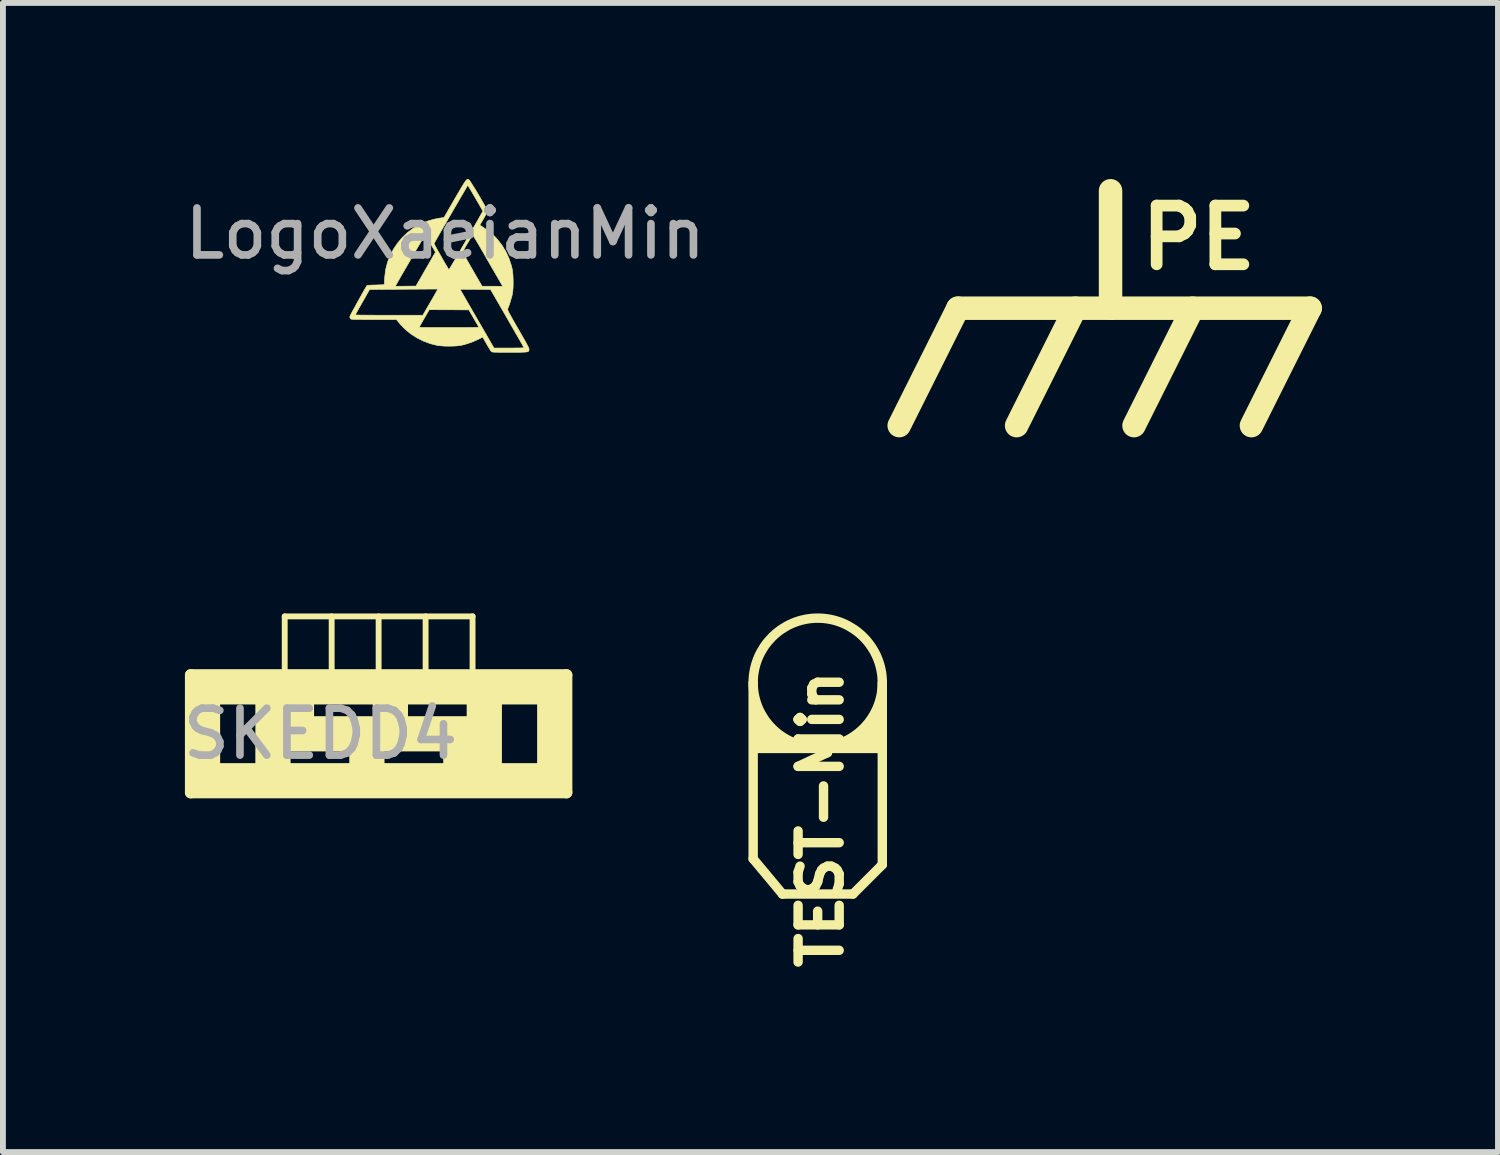
<source format=kicad_pcb>
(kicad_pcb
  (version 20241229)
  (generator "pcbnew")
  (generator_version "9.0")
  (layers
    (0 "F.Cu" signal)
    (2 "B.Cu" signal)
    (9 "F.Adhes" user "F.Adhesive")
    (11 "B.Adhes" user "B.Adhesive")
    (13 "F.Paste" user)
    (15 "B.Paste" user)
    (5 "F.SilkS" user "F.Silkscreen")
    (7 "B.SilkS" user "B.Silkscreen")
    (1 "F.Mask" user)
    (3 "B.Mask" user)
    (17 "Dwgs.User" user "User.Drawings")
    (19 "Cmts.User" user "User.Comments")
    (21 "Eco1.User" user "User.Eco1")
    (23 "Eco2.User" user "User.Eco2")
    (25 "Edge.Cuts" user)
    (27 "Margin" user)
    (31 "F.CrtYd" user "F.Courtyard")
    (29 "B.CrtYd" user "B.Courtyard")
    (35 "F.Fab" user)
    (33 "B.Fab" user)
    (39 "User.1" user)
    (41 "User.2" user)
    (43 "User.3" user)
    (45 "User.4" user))
  (footprint "SKEDD4"
    (layer "F.Cu")
    (at 3.4 9.45)
    (property "Reference" "SKEDD4" (at -3.4 0 0) (layer "F.Fab") (effects (font (size 0.8 0.8) (thickness 0.13)) (justify left)))
    (attr through_hole)
    (fp_line (start -3.2 -1) (end -3.2 1) (stroke (width 0.2) (type solid)) (layer "F.SilkS"))
    (fp_line (start -3.2 1) (end 3.2 1) (stroke (width 0.2) (type solid)) (layer "F.SilkS"))
    (fp_line (start -3 -0.8) (end -3 0.8) (stroke (width 0.3) (type solid)) (layer "F.SilkS"))
    (fp_line (start -2.8 -0.6) (end -2.8 0.6) (stroke (width 0.2) (type solid)) (layer "F.SilkS"))
    (fp_line (start -2.8 0.6) (end -2 0.6) (stroke (width 0.2) (type solid)) (layer "F.SilkS"))
    (fp_line (start -2 -0.6) (end -2.8 -0.6) (stroke (width 0.2) (type solid)) (layer "F.SilkS"))
    (fp_line (start -2 0.6) (end -2 -0.6) (stroke (width 0.2) (type solid)) (layer "F.SilkS"))
    (fp_line (start -1.8 -0.8) (end -1.8 0.8) (stroke (width 0.3) (type solid)) (layer "F.SilkS"))
    (fp_line (start -1.6 -1) (end -1.6 -2) (stroke (width 0.1) (type solid)) (layer "F.SilkS"))
    (fp_line (start -1.6 -0.6) (end -1.6 -0.2) (stroke (width 0.3) (type solid)) (layer "F.SilkS"))
    (fp_line (start -1.6 0.2) (end -1.6 0.6) (stroke (width 0.2) (type solid)) (layer "F.SilkS"))
    (fp_line (start -1.4 -0.6) (end -1.4 -0.2) (stroke (width 0.3) (type solid)) (layer "F.SilkS"))
    (fp_line (start -1.2 -0.6) (end -1.2 -0.2) (stroke (width 0.2) (type solid)) (layer "F.SilkS"))
    (fp_line (start -0.8 -1) (end -0.8 -2) (stroke (width 0.1) (type solid)) (layer "F.SilkS"))
    (fp_line (start -0.4 0.2) (end -1.6 0.2) (stroke (width 0.2) (type solid)) (layer "F.SilkS"))
    (fp_line (start -0.4 0.2) (end -0.4 0.6) (stroke (width 0.2) (type solid)) (layer "F.SilkS"))
    (fp_line (start -0.4 0.6) (end -1.6 0.6) (stroke (width 0.2) (type solid)) (layer "F.SilkS"))
    (fp_line (start -0.2 0.2) (end -0.2 0.6) (stroke (width 0.3) (type solid)) (layer "F.SilkS"))
    (fp_line (start 0 -1) (end 0 -2) (stroke (width 0.1) (type solid)) (layer "F.SilkS"))
    (fp_line (start 0 -0.6) (end -1.2 -0.6) (stroke (width 0.2) (type solid)) (layer "F.SilkS"))
    (fp_line (start 0 -0.6) (end 0 -0.2) (stroke (width 0.2) (type solid)) (layer "F.SilkS"))
    (fp_line (start 0 -0.2) (end -1.2 -0.2) (stroke (width 0.2) (type solid)) (layer "F.SilkS"))
    (fp_line (start 0 0.2) (end 0 0.6) (stroke (width 0.2) (type solid)) (layer "F.SilkS"))
    (fp_line (start 0.2 -0.6) (end 0.2 -0.2) (stroke (width 0.3) (type solid)) (layer "F.SilkS"))
    (fp_line (start 0.4 -0.6) (end 0.4 -0.2) (stroke (width 0.2) (type solid)) (layer "F.SilkS"))
    (fp_line (start 0.8 -1) (end 0.8 -2) (stroke (width 0.1) (type solid)) (layer "F.SilkS"))
    (fp_line (start 1.2 0.2) (end 0 0.2) (stroke (width 0.2) (type solid)) (layer "F.SilkS"))
    (fp_line (start 1.2 0.2) (end 1.2 0.6) (stroke (width 0.2) (type solid)) (layer "F.SilkS"))
    (fp_line (start 1.2 0.6) (end 0 0.6) (stroke (width 0.2) (type solid)) (layer "F.SilkS"))
    (fp_line (start 1.4 0.2) (end 1.4 0.6) (stroke (width 0.3) (type solid)) (layer "F.SilkS"))
    (fp_line (start 1.6 -2) (end -1.6 -2) (stroke (width 0.1) (type solid)) (layer "F.SilkS"))
    (fp_line (start 1.6 -1) (end 1.6 -2) (stroke (width 0.1) (type solid)) (layer "F.SilkS"))
    (fp_line (start 1.6 -0.6) (end 0.4 -0.6) (stroke (width 0.2) (type solid)) (layer "F.SilkS"))
    (fp_line (start 1.6 -0.6) (end 1.6 -0.2) (stroke (width 0.2) (type solid)) (layer "F.SilkS"))
    (fp_line (start 1.6 -0.2) (end 0.4 -0.2) (stroke (width 0.2) (type solid)) (layer "F.SilkS"))
    (fp_line (start 1.6 0.2) (end 1.6 0.6) (stroke (width 0.3) (type solid)) (layer "F.SilkS"))
    (fp_line (start 1.8 -0.8) (end 1.8 0.8) (stroke (width 0.3) (type solid)) (layer "F.SilkS"))
    (fp_line (start 1.8 0) (end -1.8 0) (stroke (width 0.3) (type solid)) (layer "F.SilkS"))
    (fp_line (start 2 -0.6) (end 2 0.6) (stroke (width 0.2) (type solid)) (layer "F.SilkS"))
    (fp_line (start 2 0.6) (end 2.8 0.6) (stroke (width 0.2) (type solid)) (layer "F.SilkS"))
    (fp_line (start 2.8 -0.6) (end 2 -0.6) (stroke (width 0.2) (type solid)) (layer "F.SilkS"))
    (fp_line (start 2.8 0.6) (end 2.8 -0.6) (stroke (width 0.2) (type solid)) (layer "F.SilkS"))
    (fp_line (start 3 -0.8) (end -3 -0.8) (stroke (width 0.3) (type solid)) (layer "F.SilkS"))
    (fp_line (start 3 -0.8) (end 3 0.8) (stroke (width 0.3) (type solid)) (layer "F.SilkS"))
    (fp_line (start 3 0.8) (end -3 0.8) (stroke (width 0.3) (type solid)) (layer "F.SilkS"))
    (fp_line (start 3.2 -1) (end -3.2 -1) (stroke (width 0.2) (type solid)) (layer "F.SilkS"))
    (fp_line (start 3.2 1) (end 3.2 -1) (stroke (width 0.2) (type solid)) (layer "F.SilkS")))
  (footprint "PE"
    (layer "F.Cu")
    (at 15.868 2.2)
    (property "Reference" "PE" (at 1.5 -1.2 180) (layer "F.SilkS") (effects (font (size 1 1) (thickness 0.2) (bold yes))))
    (attr through_hole)
    (fp_line (start -2.6 0) (end -3.6 2) (stroke (width 0.4) (type solid)) (layer "F.SilkS"))
    (fp_line (start -0.6 0) (end -1.6 2) (stroke (width 0.4) (type solid)) (layer "F.SilkS"))
    (fp_line (start 0 -2) (end 0 0) (stroke (width 0.4) (type solid)) (layer "F.SilkS"))
    (fp_line (start 1.4 0) (end 0.4 2) (stroke (width 0.4) (type solid)) (layer "F.SilkS"))
    (fp_line (start 3.4 0) (end -2.6 0) (stroke (width 0.4) (type solid)) (layer "F.SilkS"))
    (fp_line (start 3.4 0) (end 2.4 2) (stroke (width 0.4) (type solid)) (layer "F.SilkS")))
  (footprint "TEST-Min"
    (layer "F.Cu")
    (at 10.88 8.58)
    (property "Reference" "TEST-Min" (at 0.05 2.325 90) (layer "F.SilkS") (effects (font (size 0.7 0.7) (thickness 0.16) (bold yes))))
    (attr through_hole)
    (fp_line (start -1.1 3) (end -1.1 0) (stroke (width 0.16) (type solid)) (layer "F.SilkS"))
    (fp_line (start -1.1 3) (end -0.6 3.6) (stroke (width 0.16) (type solid)) (layer "F.SilkS"))
    (fp_line (start -0.6 3.6) (end 0.6 3.6) (stroke (width 0.16) (type solid)) (layer "F.SilkS"))
    (fp_line (start 0.6 3.6) (end 1.1 3.1) (stroke (width 0.16) (type solid)) (layer "F.SilkS"))
    (fp_line (start 1.1 0) (end 1.1 3.1) (stroke (width 0.16) (type solid)) (layer "F.SilkS"))
    (fp_circle (center 0 0) (end 1.1 0) (stroke (width 0.16) (type default)) (fill no) (layer "F.SilkS"))
    (fp_poly (pts (xy -1.1 1.15) (xy 1.1 1.15) (xy 1.1 0.35) (xy 0.7 1) (xy 0 1.1) (xy -0.65 1) (xy -1.1 0.35)) (stroke (width 0.1) (type solid)) (fill yes) (layer "F.SilkS")))
  (footprint "LogoXaeianMin"
    (layer "F.Cu")
    (at 4.534 1.529)
    (property "Reference" "LogoXaeianMin" (at 0 -0.6 0) (layer "F.Fab") (effects (font (size 0.8 0.8) (thickness 0.13))))
    (attr through_hole)
    (fp_poly (pts (xy 0.391 -1.523) (xy 0.399 -1.519) (xy 0.404 -1.517) (xy 0.412 -1.508) (xy 0.426 -1.488) (xy 0.446 -1.459) (xy 0.469 -1.422) (xy 0.496 -1.379) (xy 0.525 -1.332) (xy 0.555 -1.282) (xy 0.585 -1.231) (xy 0.614 -1.18) (xy 0.642 -1.132) (xy 0.667 -1.088) (xy 0.688 -1.05) (xy 0.704 -1.019) (xy 0.714 -0.997) (xy 0.718 -0.986) (xy 0.714 -0.972) (xy 0.704 -0.947) (xy 0.687 -0.914) (xy 0.664 -0.873) (xy 0.654 -0.855) (xy 0.59 -0.745) (xy 0.663 -0.696) (xy 0.752 -0.632) (xy 0.828 -0.567) (xy 0.89 -0.501) (xy 0.969 -0.399) (xy 1.035 -0.289) (xy 1.088 -0.174) (xy 1.128 -0.052) (xy 1.141 0.002) (xy 1.149 0.05) (xy 1.154 0.107) (xy 1.157 0.172) (xy 1.158 0.238) (xy 1.157 0.304) (xy 1.153 0.364) (xy 1.147 0.416) (xy 1.144 0.432) (xy 1.135 0.469) (xy 1.122 0.515) (xy 1.107 0.566) (xy 1.091 0.615) (xy 1.074 0.66) (xy 1.066 0.679) (xy 1.065 0.685) (xy 1.064 0.69) (xy 1.064 0.698) (xy 1.067 0.707) (xy 1.073 0.721) (xy 1.081 0.739) (xy 1.094 0.763) (xy 1.111 0.793) (xy 1.133 0.832) (xy 1.16 0.88) (xy 1.193 0.938) (xy 1.233 1.007) (xy 1.244 1.026) (xy 1.286 1.099) (xy 1.321 1.16) (xy 1.35 1.211) (xy 1.374 1.253) (xy 1.392 1.287) (xy 1.406 1.313) (xy 1.416 1.334) (xy 1.423 1.349) (xy 1.427 1.361) (xy 1.428 1.37) (xy 1.428 1.376) (xy 1.427 1.387) (xy 1.425 1.396) (xy 1.421 1.403) (xy 1.413 1.409) (xy 1.4 1.414) (xy 1.381 1.417) (xy 1.355 1.419) (xy 1.32 1.421) (xy 1.276 1.422) (xy 1.22 1.422) (xy 1.152 1.422) (xy 1.094 1.422) (xy 1.02 1.422) (xy 0.96 1.422) (xy 0.911 1.422) (xy 0.873 1.421) (xy 0.844 1.421) (xy 0.823 1.419) (xy 0.807 1.418) (xy 0.797 1.416) (xy 0.791 1.413) (xy 0.786 1.41) (xy 0.785 1.409) (xy 0.777 1.399) (xy 0.764 1.378) (xy 0.746 1.349) (xy 0.725 1.314) (xy 0.705 1.28) (xy 0.639 1.163) (xy 0.556 1.205) (xy 0.446 1.253) (xy 0.33 1.29) (xy 0.269 1.304) (xy 0.228 1.31) (xy 0.177 1.315) (xy 0.118 1.317) (xy 0.057 1.318) (xy -0.005 1.317) (xy -0.062 1.313) (xy -0.112 1.309) (xy -0.141 1.304) (xy -0.261 1.273) (xy -0.375 1.23) (xy -0.484 1.175) (xy -0.585 1.11) (xy -0.677 1.036) (xy -0.715 0.997) (xy -0.443 0.997) (xy -0.436 0.998) (xy -0.415 0.998) (xy -0.383 0.999) (xy -0.339 1) (xy -0.285 1) (xy -0.223 1.001) (xy -0.153 1.001) (xy -0.077 1.001) (xy 0.004 1.001) (xy 0.065 1.001) (xy 0.15 1.001) (xy 0.23 1.001) (xy 0.304 1.001) (xy 0.372 1) (xy 0.432 1) (xy 0.483 0.999) (xy 0.523 0.998) (xy 0.552 0.998) (xy 0.569 0.997) (xy 0.573 0.996) (xy 0.569 0.988) (xy 0.559 0.97) (xy 0.544 0.943) (xy 0.524 0.909) (xy 0.501 0.87) (xy 0.487 0.845) (xy 0.403 0.7) (xy 0.065 0.698) (xy -0.272 0.697) (xy -0.357 0.844) (xy -0.382 0.886) (xy -0.403 0.924) (xy -0.421 0.956) (xy -0.434 0.98) (xy -0.441 0.994) (xy -0.443 0.997) (xy -0.715 0.997) (xy -0.759 0.952) (xy -0.78 0.926) (xy -0.831 0.864) (xy -1.216 0.864) (xy -1.301 0.864) (xy -1.372 0.864) (xy -1.431 0.863) (xy -1.48 0.863) (xy -1.518 0.863) (xy -1.548 0.862) (xy -1.57 0.861) (xy -1.587 0.859) (xy -1.598 0.858) (xy -1.605 0.856) (xy -1.61 0.853) (xy -1.614 0.85) (xy -1.615 0.849) (xy -1.624 0.831) (xy -1.624 0.811) (xy -1.619 0.801) (xy -1.612 0.786) (xy -1.531 0.786) (xy -1.524 0.786) (xy -1.504 0.787) (xy -1.471 0.788) (xy -1.427 0.789) (xy -1.373 0.789) (xy -1.309 0.79) (xy -1.238 0.79) (xy -1.16 0.791) (xy -1.076 0.791) (xy -0.987 0.791) (xy -0.956 0.791) (xy -0.381 0.791) (xy -0.252 0.568) (xy -0.222 0.517) (xy -0.195 0.469) (xy -0.171 0.428) (xy -0.152 0.393) (xy -0.137 0.367) (xy -0.128 0.35) (xy -0.127 0.348) (xy 0.253 0.348) (xy 0.277 0.391) (xy 0.285 0.404) (xy 0.299 0.428) (xy 0.319 0.463) (xy 0.345 0.508) (xy 0.375 0.56) (xy 0.409 0.619) (xy 0.447 0.685) (xy 0.487 0.755) (xy 0.53 0.829) (xy 0.566 0.891) (xy 0.831 1.35) (xy 1.087 1.35) (xy 1.146 1.35) (xy 1.2 1.349) (xy 1.248 1.349) (xy 1.288 1.348) (xy 1.318 1.347) (xy 1.337 1.346) (xy 1.342 1.344) (xy 1.339 1.337) (xy 1.328 1.319) (xy 1.312 1.29) (xy 1.29 1.251) (xy 1.263 1.203) (xy 1.231 1.148) (xy 1.195 1.086) (xy 1.156 1.018) (xy 1.114 0.945) (xy 1.07 0.868) (xy 1.057 0.845) (xy 0.772 0.352) (xy 0.512 0.35) (xy 0.253 0.348) (xy -0.127 0.348) (xy -0.125 0.345) (xy -0.133 0.345) (xy -0.153 0.345) (xy -0.187 0.345) (xy -0.231 0.345) (xy -0.285 0.345) (xy -0.349 0.346) (xy -0.42 0.346) (xy -0.499 0.347) (xy -0.583 0.347) (xy -0.672 0.348) (xy -0.707 0.348) (xy -1.288 0.352) (xy -1.409 0.566) (xy -1.438 0.617) (xy -1.465 0.664) (xy -1.488 0.705) (xy -1.507 0.739) (xy -1.521 0.765) (xy -1.529 0.781) (xy -1.531 0.786) (xy -1.612 0.786) (xy -1.609 0.781) (xy -1.594 0.751) (xy -1.574 0.713) (xy -1.55 0.67) (xy -1.524 0.623) (xy -1.496 0.572) (xy -1.468 0.522) (xy -1.44 0.472) (xy -1.414 0.424) (xy -1.389 0.381) (xy -1.368 0.343) (xy -1.35 0.314) (xy -1.34 0.298) (xy -0.85 0.298) (xy -0.674 0.296) (xy -0.498 0.294) (xy -0.332 0.005) (xy -0.166 -0.283) (xy -0.25 -0.43) (xy -0.19 -0.43) (xy -0.187 -0.422) (xy -0.178 -0.404) (xy -0.163 -0.377) (xy -0.144 -0.342) (xy -0.122 -0.302) (xy -0.097 -0.259) (xy -0.071 -0.213) (xy -0.045 -0.167) (xy -0.02 -0.123) (xy 0.004 -0.082) (xy 0.026 -0.046) (xy 0.043 -0.017) (xy 0.056 0.003) (xy 0.063 0.014) (xy 0.064 0.014) (xy 0.068 0.008) (xy 0.079 -0.009) (xy 0.097 -0.038) (xy 0.119 -0.076) (xy 0.147 -0.123) (xy 0.179 -0.178) (xy 0.215 -0.24) (xy 0.241 -0.285) (xy 0.298 -0.285) (xy 0.301 -0.277) (xy 0.311 -0.257) (xy 0.327 -0.228) (xy 0.348 -0.19) (xy 0.374 -0.145) (xy 0.403 -0.094) (xy 0.435 -0.038) (xy 0.463 0.011) (xy 0.628 0.297) (xy 0.803 0.297) (xy 0.979 0.298) (xy 0.884 0.132) (xy 0.858 0.088) (xy 0.827 0.034) (xy 0.791 -0.028) (xy 0.753 -0.094) (xy 0.713 -0.163) (xy 0.674 -0.232) (xy 0.636 -0.298) (xy 0.632 -0.304) (xy 0.599 -0.361) (xy 0.568 -0.414) (xy 0.54 -0.462) (xy 0.515 -0.503) (xy 0.495 -0.535) (xy 0.48 -0.559) (xy 0.47 -0.572) (xy 0.468 -0.575) (xy 0.463 -0.568) (xy 0.451 -0.552) (xy 0.435 -0.527) (xy 0.416 -0.495) (xy 0.395 -0.46) (xy 0.373 -0.423) (xy 0.352 -0.387) (xy 0.333 -0.353) (xy 0.317 -0.323) (xy 0.305 -0.301) (xy 0.298 -0.287) (xy 0.298 -0.285) (xy 0.241 -0.285) (xy 0.254 -0.307) (xy 0.296 -0.38) (xy 0.341 -0.457) (xy 0.355 -0.482) (xy 0.4 -0.56) (xy 0.443 -0.634) (xy 0.483 -0.704) (xy 0.52 -0.768) (xy 0.553 -0.825) (xy 0.581 -0.875) (xy 0.605 -0.917) (xy 0.623 -0.949) (xy 0.636 -0.971) (xy 0.642 -0.982) (xy 0.642 -0.982) (xy 0.639 -0.99) (xy 0.629 -1.007) (xy 0.614 -1.034) (xy 0.594 -1.068) (xy 0.571 -1.108) (xy 0.546 -1.151) (xy 0.52 -1.196) (xy 0.493 -1.241) (xy 0.468 -1.285) (xy 0.444 -1.326) (xy 0.422 -1.362) (xy 0.405 -1.391) (xy 0.392 -1.411) (xy 0.385 -1.421) (xy 0.385 -1.422) (xy 0.381 -1.416) (xy 0.37 -1.399) (xy 0.354 -1.371) (xy 0.332 -1.334) (xy 0.306 -1.289) (xy 0.275 -1.237) (xy 0.242 -1.18) (xy 0.206 -1.118) (xy 0.168 -1.053) (xy 0.129 -0.986) (xy 0.09 -0.918) (xy 0.05 -0.85) (xy 0.012 -0.783) (xy -0.026 -0.718) (xy -0.061 -0.658) (xy -0.093 -0.602) (xy -0.122 -0.551) (xy -0.146 -0.508) (xy -0.166 -0.474) (xy -0.18 -0.448) (xy -0.189 -0.433) (xy -0.19 -0.43) (xy -0.25 -0.43) (xy -0.251 -0.432) (xy -0.276 -0.474) (xy -0.297 -0.511) (xy -0.316 -0.542) (xy -0.33 -0.565) (xy -0.339 -0.578) (xy -0.341 -0.581) (xy -0.345 -0.574) (xy -0.356 -0.557) (xy -0.372 -0.53) (xy -0.393 -0.493) (xy -0.419 -0.449) (xy -0.449 -0.399) (xy -0.481 -0.343) (xy -0.516 -0.284) (xy -0.552 -0.222) (xy -0.588 -0.159) (xy -0.625 -0.095) (xy -0.661 -0.033) (xy -0.696 0.027) (xy -0.729 0.084) (xy -0.759 0.136) (xy -0.785 0.182) (xy -0.807 0.22) (xy -0.822 0.248) (xy -0.85 0.298) (xy -1.34 0.298) (xy -1.337 0.293) (xy -1.331 0.283) (xy -1.331 0.283) (xy -1.323 0.282) (xy -1.302 0.28) (xy -1.272 0.279) (xy -1.234 0.277) (xy -1.19 0.276) (xy -1.181 0.276) (xy -1.131 0.274) (xy -1.094 0.273) (xy -1.068 0.272) (xy -1.051 0.27) (xy -1.041 0.268) (xy -1.037 0.265) (xy -1.036 0.26) (xy -1.036 0.258) (xy -1.036 0.239) (xy -1.035 0.209) (xy -1.032 0.172) (xy -1.029 0.131) (xy -1.024 0.09) (xy -1.02 0.051) (xy -1.015 0.018) (xy -1.012 0.003) (xy -0.981 -0.116) (xy -0.936 -0.23) (xy -0.879 -0.338) (xy -0.81 -0.439) (xy -0.731 -0.533) (xy -0.642 -0.617) (xy -0.544 -0.691) (xy -0.448 -0.748) (xy -0.362 -0.789) (xy -0.278 -0.82) (xy -0.188 -0.845) (xy -0.095 -0.863) (xy -0.02 -0.874) (xy 0.162 -1.19) (xy 0.206 -1.265) (xy 0.243 -1.328) (xy 0.274 -1.381) (xy 0.3 -1.424) (xy 0.321 -1.457) (xy 0.338 -1.483) (xy 0.352 -1.502) (xy 0.364 -1.514) (xy 0.374 -1.521) (xy 0.383 -1.524) (xy 0.391 -1.523)) (stroke (width 0.01) (type solid)) (fill yes) (layer "F.SilkS")))
  (gr_rect
    (start -3 -3)
    (end 22.468 16.575)
    (stroke (width 0.1) (type default))
    (fill no)
    (layer "Edge.Cuts")))
</source>
